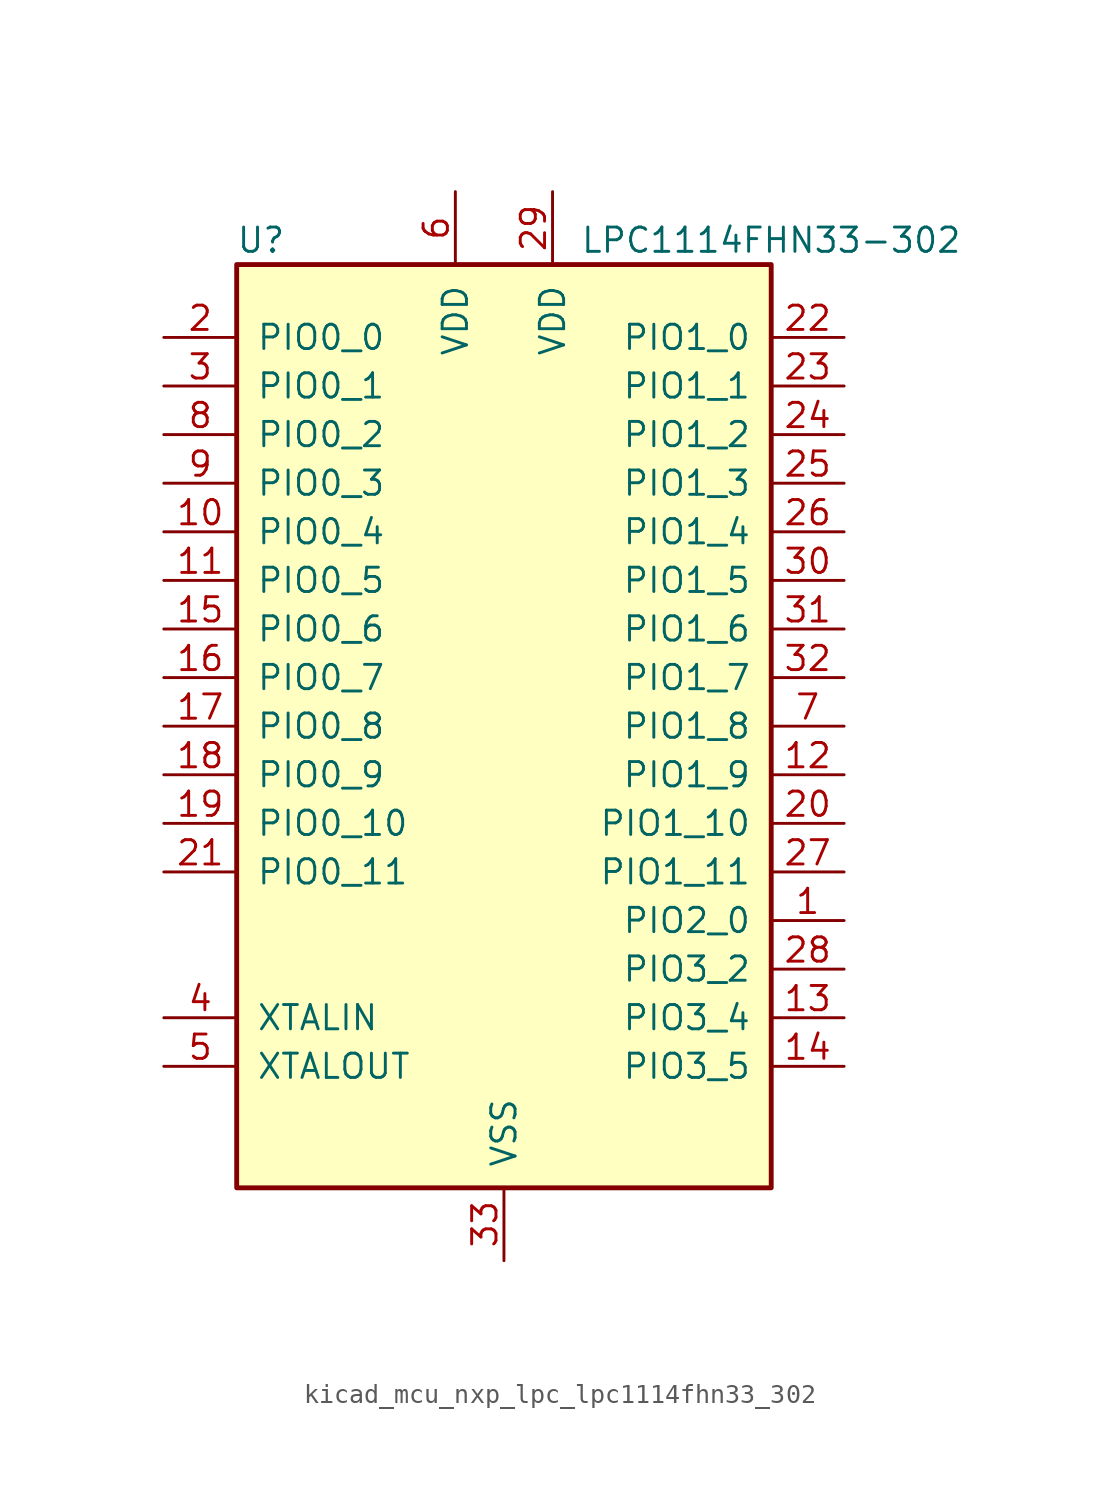
<source format=kicad_sym>
(kicad_symbol_lib
  (version 20220914)
  (generator kicad_symbol_editor)
  (symbol "kicad_mcu_nxp_lpc_lpc1114fhn33_302"
    (pin_names
      (offset 1.016))
    (property "Reference" "U"
      (at -12.7 25.4 0)
      (effects (font (size 1.27 1.27))))
    (property "Value" "LPC1114FHN33-302"
      (at 13.97 25.4 0)
      (effects (font (size 1.27 1.27))))
    (symbol "kicad_mcu_nxp_lpc_lpc1114fhn33_302_0_1"
      (rectangle (start -13.97 24.13) (end 13.97 -24.13) (stroke (width 0.254) (type default)) (fill (type background))))
    (symbol "kicad_mcu_nxp_lpc_lpc1114fhn33_302_1_1"
      (pin bidirectional line (at 17.78 -10.16 180) (length 3.81) (name "PIO2_0" (effects (font (size 1.27 1.27)))) (number "1" (effects (font (size 1.27 1.27)))))
      (pin bidirectional line (at -17.78 10.16 0) (length 3.81) (name "PIO0_4" (effects (font (size 1.27 1.27)))) (number "10" (effects (font (size 1.27 1.27)))))
      (pin bidirectional line (at -17.78 7.62 0) (length 3.81) (name "PIO0_5" (effects (font (size 1.27 1.27)))) (number "11" (effects (font (size 1.27 1.27)))))
      (pin bidirectional line (at 17.78 -2.54 180) (length 3.81) (name "PIO1_9" (effects (font (size 1.27 1.27)))) (number "12" (effects (font (size 1.27 1.27)))))
      (pin bidirectional line (at 17.78 -15.24 180) (length 3.81) (name "PIO3_4" (effects (font (size 1.27 1.27)))) (number "13" (effects (font (size 1.27 1.27)))))
      (pin bidirectional line (at 17.78 -17.78 180) (length 3.81) (name "PIO3_5" (effects (font (size 1.27 1.27)))) (number "14" (effects (font (size 1.27 1.27)))))
      (pin bidirectional line (at -17.78 5.08 0) (length 3.81) (name "PIO0_6" (effects (font (size 1.27 1.27)))) (number "15" (effects (font (size 1.27 1.27)))))
      (pin bidirectional line (at -17.78 2.54 0) (length 3.81) (name "PIO0_7" (effects (font (size 1.27 1.27)))) (number "16" (effects (font (size 1.27 1.27)))))
      (pin bidirectional line (at -17.78 0 0) (length 3.81) (name "PIO0_8" (effects (font (size 1.27 1.27)))) (number "17" (effects (font (size 1.27 1.27)))))
      (pin bidirectional line (at -17.78 -2.54 0) (length 3.81) (name "PIO0_9" (effects (font (size 1.27 1.27)))) (number "18" (effects (font (size 1.27 1.27)))))
      (pin bidirectional line (at -17.78 -5.08 0) (length 3.81) (name "PIO0_10" (effects (font (size 1.27 1.27)))) (number "19" (effects (font (size 1.27 1.27)))))
      (pin bidirectional line (at -17.78 20.32 0) (length 3.81) (name "PIO0_0" (effects (font (size 1.27 1.27)))) (number "2" (effects (font (size 1.27 1.27)))))
      (pin bidirectional line (at 17.78 -5.08 180) (length 3.81) (name "PIO1_10" (effects (font (size 1.27 1.27)))) (number "20" (effects (font (size 1.27 1.27)))))
      (pin bidirectional line (at -17.78 -7.62 0) (length 3.81) (name "PIO0_11" (effects (font (size 1.27 1.27)))) (number "21" (effects (font (size 1.27 1.27)))))
      (pin bidirectional line (at 17.78 20.32 180) (length 3.81) (name "PIO1_0" (effects (font (size 1.27 1.27)))) (number "22" (effects (font (size 1.27 1.27)))))
      (pin bidirectional line (at 17.78 17.78 180) (length 3.81) (name "PIO1_1" (effects (font (size 1.27 1.27)))) (number "23" (effects (font (size 1.27 1.27)))))
      (pin bidirectional line (at 17.78 15.24 180) (length 3.81) (name "PIO1_2" (effects (font (size 1.27 1.27)))) (number "24" (effects (font (size 1.27 1.27)))))
      (pin bidirectional line (at 17.78 12.7 180) (length 3.81) (name "PIO1_3" (effects (font (size 1.27 1.27)))) (number "25" (effects (font (size 1.27 1.27)))))
      (pin bidirectional line (at 17.78 10.16 180) (length 3.81) (name "PIO1_4" (effects (font (size 1.27 1.27)))) (number "26" (effects (font (size 1.27 1.27)))))
      (pin bidirectional line (at 17.78 -7.62 180) (length 3.81) (name "PIO1_11" (effects (font (size 1.27 1.27)))) (number "27" (effects (font (size 1.27 1.27)))))
      (pin bidirectional line (at 17.78 -12.7 180) (length 3.81) (name "PIO3_2" (effects (font (size 1.27 1.27)))) (number "28" (effects (font (size 1.27 1.27)))))
      (pin power_in line (at 2.54 27.94 270) (length 3.81) (name "VDD" (effects (font (size 1.27 1.27)))) (number "29" (effects (font (size 1.27 1.27)))))
      (pin bidirectional line (at -17.78 17.78 0) (length 3.81) (name "PIO0_1" (effects (font (size 1.27 1.27)))) (number "3" (effects (font (size 1.27 1.27)))))
      (pin bidirectional line (at 17.78 7.62 180) (length 3.81) (name "PIO1_5" (effects (font (size 1.27 1.27)))) (number "30" (effects (font (size 1.27 1.27)))))
      (pin bidirectional line (at 17.78 5.08 180) (length 3.81) (name "PIO1_6" (effects (font (size 1.27 1.27)))) (number "31" (effects (font (size 1.27 1.27)))))
      (pin bidirectional line (at 17.78 2.54 180) (length 3.81) (name "PIO1_7" (effects (font (size 1.27 1.27)))) (number "32" (effects (font (size 1.27 1.27)))))
      (pin power_in line (at 0 -27.94 90) (length 3.81) (name "VSS" (effects (font (size 1.27 1.27)))) (number "33" (effects (font (size 1.27 1.27)))))
      (pin input line (at -17.78 -15.24 0) (length 3.81) (name "XTALIN" (effects (font (size 1.27 1.27)))) (number "4" (effects (font (size 1.27 1.27)))))
      (pin output line (at -17.78 -17.78 0) (length 3.81) (name "XTALOUT" (effects (font (size 1.27 1.27)))) (number "5" (effects (font (size 1.27 1.27)))))
      (pin power_in line (at -2.54 27.94 270) (length 3.81) (name "VDD" (effects (font (size 1.27 1.27)))) (number "6" (effects (font (size 1.27 1.27)))))
      (pin bidirectional line (at 17.78 0 180) (length 3.81) (name "PIO1_8" (effects (font (size 1.27 1.27)))) (number "7" (effects (font (size 1.27 1.27)))))
      (pin bidirectional line (at -17.78 15.24 0) (length 3.81) (name "PIO0_2" (effects (font (size 1.27 1.27)))) (number "8" (effects (font (size 1.27 1.27)))))
      (pin bidirectional line (at -17.78 12.7 0) (length 3.81) (name "PIO0_3" (effects (font (size 1.27 1.27)))) (number "9" (effects (font (size 1.27 1.27))))))))
</source>
